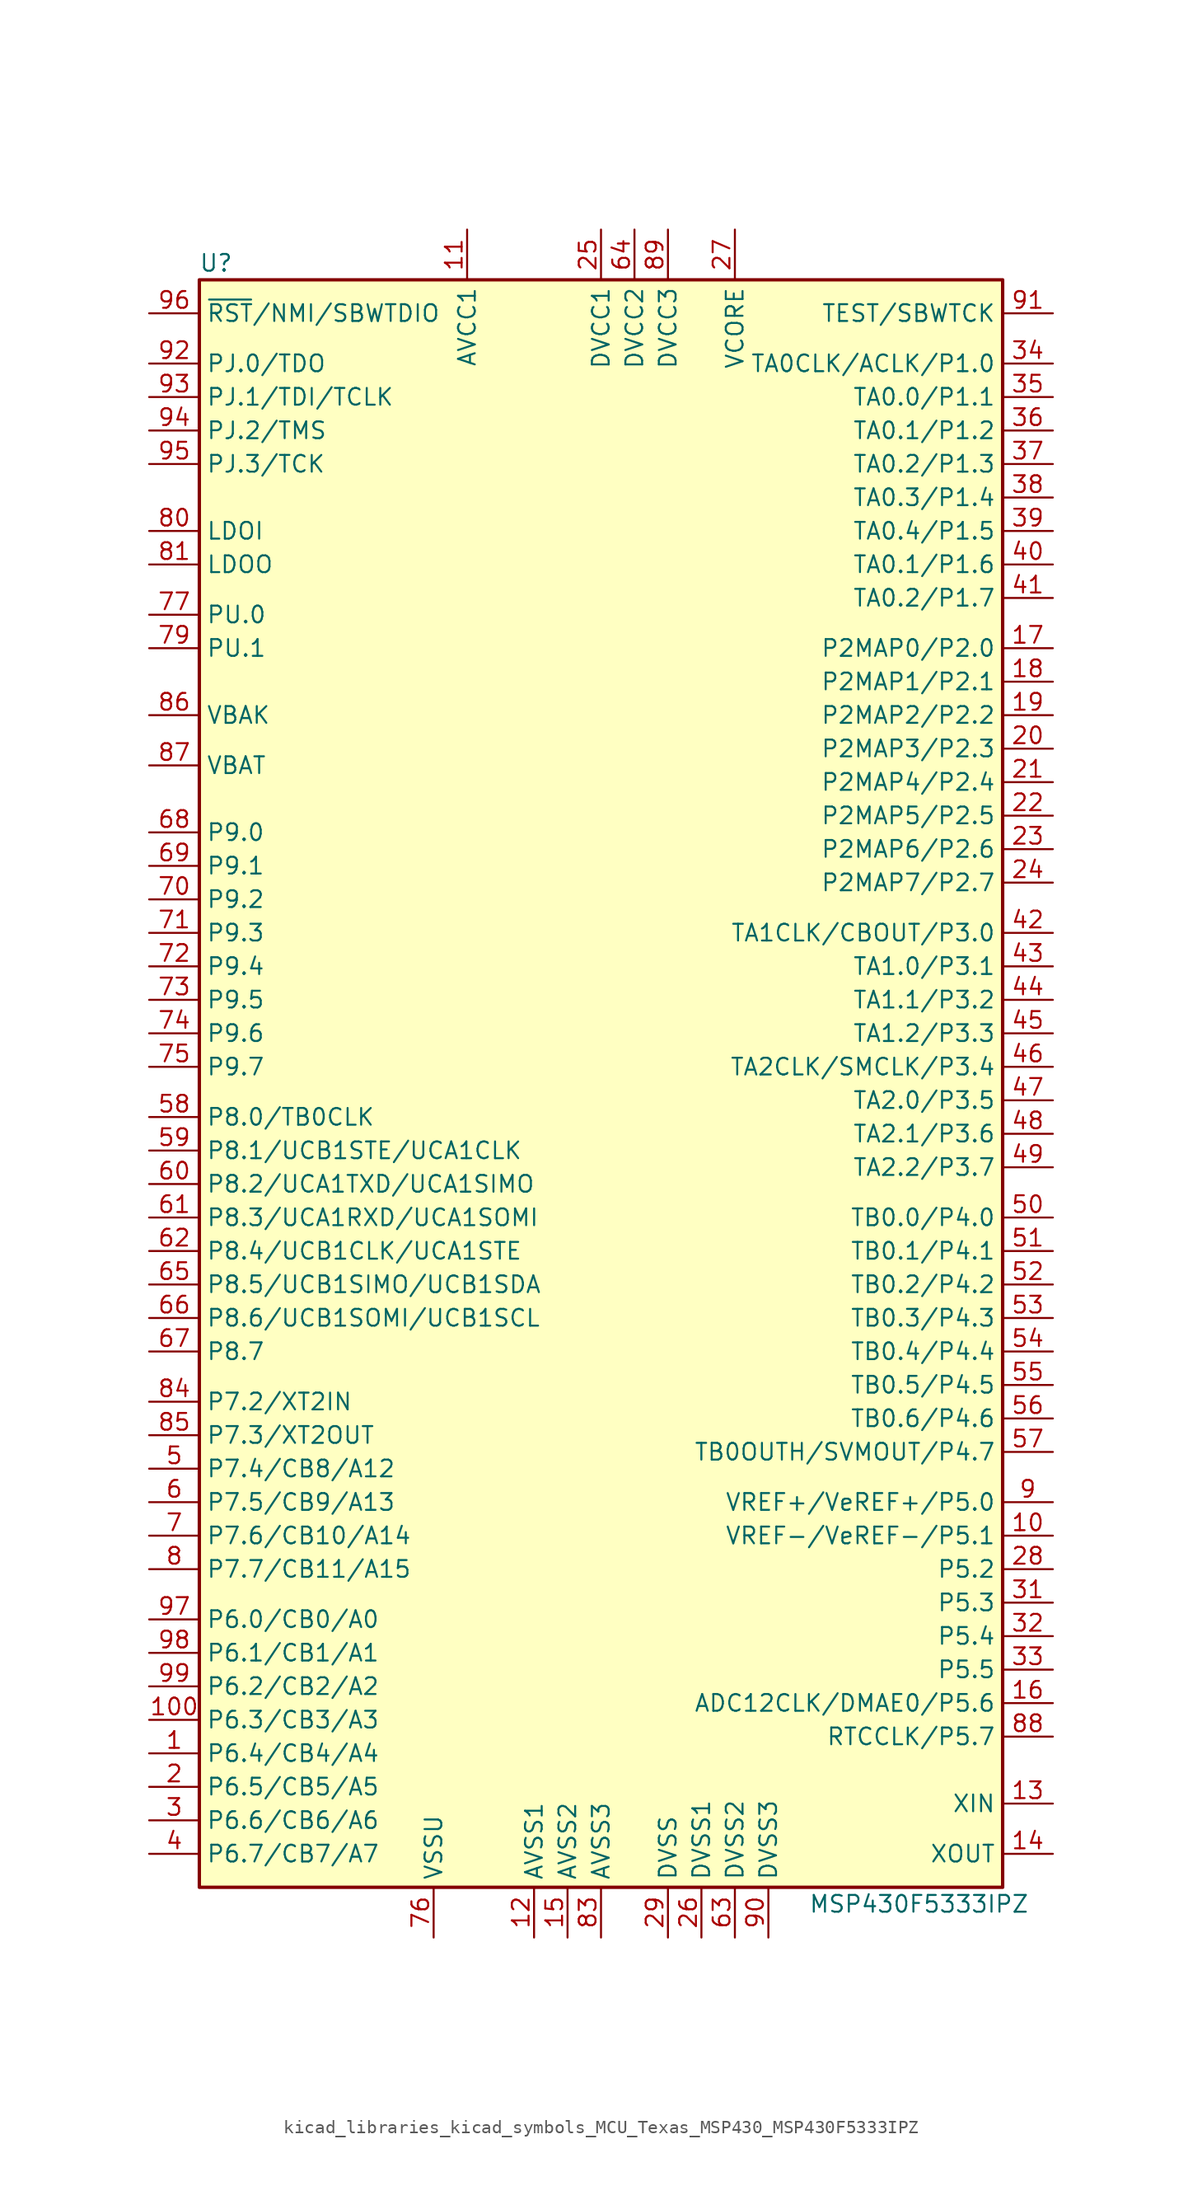
<source format=kicad_sym>
(kicad_symbol_lib
  (version 20220914)
  (generator kicad_symbol_editor)
  (symbol "kicad_libraries_kicad_symbols_MCU_Texas_MSP430_MSP430F5333IPZ"
    (property "Reference" "U"
      (at -29.21 60.96 0)
      (effects (font (size 1.27 1.27))))
    (property "Value" "MSP430F5333IPZ"
      (at 24.13 -63.5 0)
      (effects (font (size 1.27 1.27))))
    (symbol "kicad_libraries_kicad_symbols_MCU_Texas_MSP430_MSP430F5333IPZ_0_1"
      (rectangle (start -30.48 59.69) (end 30.48 -62.23) (stroke (width 0.254) (type default)) (fill (type background))))
    (symbol "kicad_libraries_kicad_symbols_MCU_Texas_MSP430_MSP430F5333IPZ_1_1"
      (pin bidirectional line (at -34.29 -52.07 0) (length 3.81) (name "P6.4/CB4/A4" (effects (font (size 1.27 1.27)))) (number "1" (effects (font (size 1.27 1.27)))))
      (pin bidirectional line (at 34.29 -35.56 180) (length 3.81) (name "VREF-/VeREF-/P5.1" (effects (font (size 1.27 1.27)))) (number "10" (effects (font (size 1.27 1.27)))))
      (pin bidirectional line (at -34.29 -49.53 0) (length 3.81) (name "P6.3/CB3/A3" (effects (font (size 1.27 1.27)))) (number "100" (effects (font (size 1.27 1.27)))))
      (pin power_in line (at -10.16 63.5 270) (length 3.81) (name "AVCC1" (effects (font (size 1.27 1.27)))) (number "11" (effects (font (size 1.27 1.27)))))
      (pin power_in line (at -5.08 -66.04 90) (length 3.81) (name "AVSS1" (effects (font (size 1.27 1.27)))) (number "12" (effects (font (size 1.27 1.27)))))
      (pin bidirectional line (at 34.29 -55.88 180) (length 3.81) (name "XIN" (effects (font (size 1.27 1.27)))) (number "13" (effects (font (size 1.27 1.27)))))
      (pin bidirectional line (at 34.29 -59.69 180) (length 3.81) (name "XOUT" (effects (font (size 1.27 1.27)))) (number "14" (effects (font (size 1.27 1.27)))))
      (pin power_in line (at -2.54 -66.04 90) (length 3.81) (name "AVSS2" (effects (font (size 1.27 1.27)))) (number "15" (effects (font (size 1.27 1.27)))))
      (pin bidirectional line (at 34.29 -48.26 180) (length 3.81) (name "ADC12CLK/DMAE0/P5.6" (effects (font (size 1.27 1.27)))) (number "16" (effects (font (size 1.27 1.27)))))
      (pin bidirectional line (at 34.29 31.75 180) (length 3.81) (name "P2MAP0/P2.0" (effects (font (size 1.27 1.27)))) (number "17" (effects (font (size 1.27 1.27)))))
      (pin bidirectional line (at 34.29 29.21 180) (length 3.81) (name "P2MAP1/P2.1" (effects (font (size 1.27 1.27)))) (number "18" (effects (font (size 1.27 1.27)))))
      (pin bidirectional line (at 34.29 26.67 180) (length 3.81) (name "P2MAP2/P2.2" (effects (font (size 1.27 1.27)))) (number "19" (effects (font (size 1.27 1.27)))))
      (pin bidirectional line (at -34.29 -54.61 0) (length 3.81) (name "P6.5/CB5/A5" (effects (font (size 1.27 1.27)))) (number "2" (effects (font (size 1.27 1.27)))))
      (pin bidirectional line (at 34.29 24.13 180) (length 3.81) (name "P2MAP3/P2.3" (effects (font (size 1.27 1.27)))) (number "20" (effects (font (size 1.27 1.27)))))
      (pin bidirectional line (at 34.29 21.59 180) (length 3.81) (name "P2MAP4/P2.4" (effects (font (size 1.27 1.27)))) (number "21" (effects (font (size 1.27 1.27)))))
      (pin bidirectional line (at 34.29 19.05 180) (length 3.81) (name "P2MAP5/P2.5" (effects (font (size 1.27 1.27)))) (number "22" (effects (font (size 1.27 1.27)))))
      (pin bidirectional line (at 34.29 16.51 180) (length 3.81) (name "P2MAP6/P2.6" (effects (font (size 1.27 1.27)))) (number "23" (effects (font (size 1.27 1.27)))))
      (pin bidirectional line (at 34.29 13.97 180) (length 3.81) (name "P2MAP7/P2.7" (effects (font (size 1.27 1.27)))) (number "24" (effects (font (size 1.27 1.27)))))
      (pin power_in line (at 0 63.5 270) (length 3.81) (name "DVCC1" (effects (font (size 1.27 1.27)))) (number "25" (effects (font (size 1.27 1.27)))))
      (pin power_in line (at 7.62 -66.04 90) (length 3.81) (name "DVSS1" (effects (font (size 1.27 1.27)))) (number "26" (effects (font (size 1.27 1.27)))))
      (pin bidirectional line (at 10.16 63.5 270) (length 3.81) (name "VCORE" (effects (font (size 1.27 1.27)))) (number "27" (effects (font (size 1.27 1.27)))))
      (pin bidirectional line (at 34.29 -38.1 180) (length 3.81) (name "P5.2" (effects (font (size 1.27 1.27)))) (number "28" (effects (font (size 1.27 1.27)))))
      (pin power_in line (at 5.08 -66.04 90) (length 3.81) (name "DVSS" (effects (font (size 1.27 1.27)))) (number "29" (effects (font (size 1.27 1.27)))))
      (pin bidirectional line (at -34.29 -57.15 0) (length 3.81) (name "P6.6/CB6/A6" (effects (font (size 1.27 1.27)))) (number "3" (effects (font (size 1.27 1.27)))))
      (pin bidirectional line (at 34.29 -40.64 180) (length 3.81) (name "P5.3" (effects (font (size 1.27 1.27)))) (number "31" (effects (font (size 1.27 1.27)))))
      (pin bidirectional line (at 34.29 -43.18 180) (length 3.81) (name "P5.4" (effects (font (size 1.27 1.27)))) (number "32" (effects (font (size 1.27 1.27)))))
      (pin bidirectional line (at 34.29 -45.72 180) (length 3.81) (name "P5.5" (effects (font (size 1.27 1.27)))) (number "33" (effects (font (size 1.27 1.27)))))
      (pin bidirectional line (at 34.29 53.34 180) (length 3.81) (name "TA0CLK/ACLK/P1.0" (effects (font (size 1.27 1.27)))) (number "34" (effects (font (size 1.27 1.27)))))
      (pin bidirectional line (at 34.29 50.8 180) (length 3.81) (name "TA0.0/P1.1" (effects (font (size 1.27 1.27)))) (number "35" (effects (font (size 1.27 1.27)))))
      (pin bidirectional line (at 34.29 48.26 180) (length 3.81) (name "TA0.1/P1.2" (effects (font (size 1.27 1.27)))) (number "36" (effects (font (size 1.27 1.27)))))
      (pin bidirectional line (at 34.29 45.72 180) (length 3.81) (name "TA0.2/P1.3" (effects (font (size 1.27 1.27)))) (number "37" (effects (font (size 1.27 1.27)))))
      (pin bidirectional line (at 34.29 43.18 180) (length 3.81) (name "TA0.3/P1.4" (effects (font (size 1.27 1.27)))) (number "38" (effects (font (size 1.27 1.27)))))
      (pin bidirectional line (at 34.29 40.64 180) (length 3.81) (name "TA0.4/P1.5" (effects (font (size 1.27 1.27)))) (number "39" (effects (font (size 1.27 1.27)))))
      (pin bidirectional line (at -34.29 -59.69 0) (length 3.81) (name "P6.7/CB7/A7" (effects (font (size 1.27 1.27)))) (number "4" (effects (font (size 1.27 1.27)))))
      (pin bidirectional line (at 34.29 38.1 180) (length 3.81) (name "TA0.1/P1.6" (effects (font (size 1.27 1.27)))) (number "40" (effects (font (size 1.27 1.27)))))
      (pin bidirectional line (at 34.29 35.56 180) (length 3.81) (name "TA0.2/P1.7" (effects (font (size 1.27 1.27)))) (number "41" (effects (font (size 1.27 1.27)))))
      (pin bidirectional line (at 34.29 10.16 180) (length 3.81) (name "TA1CLK/CBOUT/P3.0" (effects (font (size 1.27 1.27)))) (number "42" (effects (font (size 1.27 1.27)))))
      (pin bidirectional line (at 34.29 7.62 180) (length 3.81) (name "TA1.0/P3.1" (effects (font (size 1.27 1.27)))) (number "43" (effects (font (size 1.27 1.27)))))
      (pin bidirectional line (at 34.29 5.08 180) (length 3.81) (name "TA1.1/P3.2" (effects (font (size 1.27 1.27)))) (number "44" (effects (font (size 1.27 1.27)))))
      (pin bidirectional line (at 34.29 2.54 180) (length 3.81) (name "TA1.2/P3.3" (effects (font (size 1.27 1.27)))) (number "45" (effects (font (size 1.27 1.27)))))
      (pin bidirectional line (at 34.29 0 180) (length 3.81) (name "TA2CLK/SMCLK/P3.4" (effects (font (size 1.27 1.27)))) (number "46" (effects (font (size 1.27 1.27)))))
      (pin bidirectional line (at 34.29 -2.54 180) (length 3.81) (name "TA2.0/P3.5" (effects (font (size 1.27 1.27)))) (number "47" (effects (font (size 1.27 1.27)))))
      (pin bidirectional line (at 34.29 -5.08 180) (length 3.81) (name "TA2.1/P3.6" (effects (font (size 1.27 1.27)))) (number "48" (effects (font (size 1.27 1.27)))))
      (pin bidirectional line (at 34.29 -7.62 180) (length 3.81) (name "TA2.2/P3.7" (effects (font (size 1.27 1.27)))) (number "49" (effects (font (size 1.27 1.27)))))
      (pin bidirectional line (at -34.29 -30.48 0) (length 3.81) (name "P7.4/CB8/A12" (effects (font (size 1.27 1.27)))) (number "5" (effects (font (size 1.27 1.27)))))
      (pin bidirectional line (at 34.29 -11.43 180) (length 3.81) (name "TB0.0/P4.0" (effects (font (size 1.27 1.27)))) (number "50" (effects (font (size 1.27 1.27)))))
      (pin bidirectional line (at 34.29 -13.97 180) (length 3.81) (name "TB0.1/P4.1" (effects (font (size 1.27 1.27)))) (number "51" (effects (font (size 1.27 1.27)))))
      (pin bidirectional line (at 34.29 -16.51 180) (length 3.81) (name "TB0.2/P4.2" (effects (font (size 1.27 1.27)))) (number "52" (effects (font (size 1.27 1.27)))))
      (pin bidirectional line (at 34.29 -19.05 180) (length 3.81) (name "TB0.3/P4.3" (effects (font (size 1.27 1.27)))) (number "53" (effects (font (size 1.27 1.27)))))
      (pin bidirectional line (at 34.29 -21.59 180) (length 3.81) (name "TB0.4/P4.4" (effects (font (size 1.27 1.27)))) (number "54" (effects (font (size 1.27 1.27)))))
      (pin bidirectional line (at 34.29 -24.13 180) (length 3.81) (name "TB0.5/P4.5" (effects (font (size 1.27 1.27)))) (number "55" (effects (font (size 1.27 1.27)))))
      (pin bidirectional line (at 34.29 -26.67 180) (length 3.81) (name "TB0.6/P4.6" (effects (font (size 1.27 1.27)))) (number "56" (effects (font (size 1.27 1.27)))))
      (pin bidirectional line (at 34.29 -29.21 180) (length 3.81) (name "TB0OUTH/SVMOUT/P4.7" (effects (font (size 1.27 1.27)))) (number "57" (effects (font (size 1.27 1.27)))))
      (pin bidirectional line (at -34.29 -3.81 0) (length 3.81) (name "P8.0/TB0CLK" (effects (font (size 1.27 1.27)))) (number "58" (effects (font (size 1.27 1.27)))))
      (pin bidirectional line (at -34.29 -6.35 0) (length 3.81) (name "P8.1/UCB1STE/UCA1CLK" (effects (font (size 1.27 1.27)))) (number "59" (effects (font (size 1.27 1.27)))))
      (pin bidirectional line (at -34.29 -33.02 0) (length 3.81) (name "P7.5/CB9/A13" (effects (font (size 1.27 1.27)))) (number "6" (effects (font (size 1.27 1.27)))))
      (pin bidirectional line (at -34.29 -8.89 0) (length 3.81) (name "P8.2/UCA1TXD/UCA1SIMO" (effects (font (size 1.27 1.27)))) (number "60" (effects (font (size 1.27 1.27)))))
      (pin bidirectional line (at -34.29 -11.43 0) (length 3.81) (name "P8.3/UCA1RXD/UCA1SOMI" (effects (font (size 1.27 1.27)))) (number "61" (effects (font (size 1.27 1.27)))))
      (pin bidirectional line (at -34.29 -13.97 0) (length 3.81) (name "P8.4/UCB1CLK/UCA1STE" (effects (font (size 1.27 1.27)))) (number "62" (effects (font (size 1.27 1.27)))))
      (pin power_in line (at 10.16 -66.04 90) (length 3.81) (name "DVSS2" (effects (font (size 1.27 1.27)))) (number "63" (effects (font (size 1.27 1.27)))))
      (pin power_in line (at 2.54 63.5 270) (length 3.81) (name "DVCC2" (effects (font (size 1.27 1.27)))) (number "64" (effects (font (size 1.27 1.27)))))
      (pin bidirectional line (at -34.29 -16.51 0) (length 3.81) (name "P8.5/UCB1SIMO/UCB1SDA" (effects (font (size 1.27 1.27)))) (number "65" (effects (font (size 1.27 1.27)))))
      (pin bidirectional line (at -34.29 -19.05 0) (length 3.81) (name "P8.6/UCB1SOMI/UCB1SCL" (effects (font (size 1.27 1.27)))) (number "66" (effects (font (size 1.27 1.27)))))
      (pin bidirectional line (at -34.29 -21.59 0) (length 3.81) (name "P8.7" (effects (font (size 1.27 1.27)))) (number "67" (effects (font (size 1.27 1.27)))))
      (pin bidirectional line (at -34.29 17.78 0) (length 3.81) (name "P9.0" (effects (font (size 1.27 1.27)))) (number "68" (effects (font (size 1.27 1.27)))))
      (pin bidirectional line (at -34.29 15.24 0) (length 3.81) (name "P9.1" (effects (font (size 1.27 1.27)))) (number "69" (effects (font (size 1.27 1.27)))))
      (pin bidirectional line (at -34.29 -35.56 0) (length 3.81) (name "P7.6/CB10/A14" (effects (font (size 1.27 1.27)))) (number "7" (effects (font (size 1.27 1.27)))))
      (pin bidirectional line (at -34.29 12.7 0) (length 3.81) (name "P9.2" (effects (font (size 1.27 1.27)))) (number "70" (effects (font (size 1.27 1.27)))))
      (pin bidirectional line (at -34.29 10.16 0) (length 3.81) (name "P9.3" (effects (font (size 1.27 1.27)))) (number "71" (effects (font (size 1.27 1.27)))))
      (pin bidirectional line (at -34.29 7.62 0) (length 3.81) (name "P9.4" (effects (font (size 1.27 1.27)))) (number "72" (effects (font (size 1.27 1.27)))))
      (pin bidirectional line (at -34.29 5.08 0) (length 3.81) (name "P9.5" (effects (font (size 1.27 1.27)))) (number "73" (effects (font (size 1.27 1.27)))))
      (pin bidirectional line (at -34.29 2.54 0) (length 3.81) (name "P9.6" (effects (font (size 1.27 1.27)))) (number "74" (effects (font (size 1.27 1.27)))))
      (pin bidirectional line (at -34.29 0 0) (length 3.81) (name "P9.7" (effects (font (size 1.27 1.27)))) (number "75" (effects (font (size 1.27 1.27)))))
      (pin power_in line (at -12.7 -66.04 90) (length 3.81) (name "VSSU" (effects (font (size 1.27 1.27)))) (number "76" (effects (font (size 1.27 1.27)))))
      (pin bidirectional line (at -34.29 34.29 0) (length 3.81) (name "PU.0" (effects (font (size 1.27 1.27)))) (number "77" (effects (font (size 1.27 1.27)))))
      (pin bidirectional line (at -34.29 31.75 0) (length 3.81) (name "PU.1" (effects (font (size 1.27 1.27)))) (number "79" (effects (font (size 1.27 1.27)))))
      (pin bidirectional line (at -34.29 -38.1 0) (length 3.81) (name "P7.7/CB11/A15" (effects (font (size 1.27 1.27)))) (number "8" (effects (font (size 1.27 1.27)))))
      (pin bidirectional line (at -34.29 40.64 0) (length 3.81) (name "LDOI" (effects (font (size 1.27 1.27)))) (number "80" (effects (font (size 1.27 1.27)))))
      (pin bidirectional line (at -34.29 38.1 0) (length 3.81) (name "LDOO" (effects (font (size 1.27 1.27)))) (number "81" (effects (font (size 1.27 1.27)))))
      (pin power_in line (at 0 -66.04 90) (length 3.81) (name "AVSS3" (effects (font (size 1.27 1.27)))) (number "83" (effects (font (size 1.27 1.27)))))
      (pin bidirectional line (at -34.29 -25.4 0) (length 3.81) (name "P7.2/XT2IN" (effects (font (size 1.27 1.27)))) (number "84" (effects (font (size 1.27 1.27)))))
      (pin bidirectional line (at -34.29 -27.94 0) (length 3.81) (name "P7.3/XT2OUT" (effects (font (size 1.27 1.27)))) (number "85" (effects (font (size 1.27 1.27)))))
      (pin bidirectional line (at -34.29 26.67 0) (length 3.81) (name "VBAK" (effects (font (size 1.27 1.27)))) (number "86" (effects (font (size 1.27 1.27)))))
      (pin bidirectional line (at -34.29 22.86 0) (length 3.81) (name "VBAT" (effects (font (size 1.27 1.27)))) (number "87" (effects (font (size 1.27 1.27)))))
      (pin bidirectional line (at 34.29 -50.8 180) (length 3.81) (name "RTCCLK/P5.7" (effects (font (size 1.27 1.27)))) (number "88" (effects (font (size 1.27 1.27)))))
      (pin power_in line (at 5.08 63.5 270) (length 3.81) (name "DVCC3" (effects (font (size 1.27 1.27)))) (number "89" (effects (font (size 1.27 1.27)))))
      (pin bidirectional line (at 34.29 -33.02 180) (length 3.81) (name "VREF+/VeREF+/P5.0" (effects (font (size 1.27 1.27)))) (number "9" (effects (font (size 1.27 1.27)))))
      (pin power_in line (at 12.7 -66.04 90) (length 3.81) (name "DVSS3" (effects (font (size 1.27 1.27)))) (number "90" (effects (font (size 1.27 1.27)))))
      (pin input line (at 34.29 57.15 180) (length 3.81) (name "TEST/SBWTCK" (effects (font (size 1.27 1.27)))) (number "91" (effects (font (size 1.27 1.27)))))
      (pin bidirectional line (at -34.29 53.34 0) (length 3.81) (name "PJ.0/TDO" (effects (font (size 1.27 1.27)))) (number "92" (effects (font (size 1.27 1.27)))))
      (pin bidirectional line (at -34.29 50.8 0) (length 3.81) (name "PJ.1/TDI/TCLK" (effects (font (size 1.27 1.27)))) (number "93" (effects (font (size 1.27 1.27)))))
      (pin bidirectional line (at -34.29 48.26 0) (length 3.81) (name "PJ.2/TMS" (effects (font (size 1.27 1.27)))) (number "94" (effects (font (size 1.27 1.27)))))
      (pin bidirectional line (at -34.29 45.72 0) (length 3.81) (name "PJ.3/TCK" (effects (font (size 1.27 1.27)))) (number "95" (effects (font (size 1.27 1.27)))))
      (pin input line (at -34.29 57.15 0) (length 3.81) (name "~{RST}/NMI/SBWTDIO" (effects (font (size 1.27 1.27)))) (number "96" (effects (font (size 1.27 1.27)))))
      (pin bidirectional line (at -34.29 -41.91 0) (length 3.81) (name "P6.0/CB0/A0" (effects (font (size 1.27 1.27)))) (number "97" (effects (font (size 1.27 1.27)))))
      (pin bidirectional line (at -34.29 -44.45 0) (length 3.81) (name "P6.1/CB1/A1" (effects (font (size 1.27 1.27)))) (number "98" (effects (font (size 1.27 1.27)))))
      (pin bidirectional line (at -34.29 -46.99 0) (length 3.81) (name "P6.2/CB2/A2" (effects (font (size 1.27 1.27)))) (number "99" (effects (font (size 1.27 1.27))))))))
</source>
